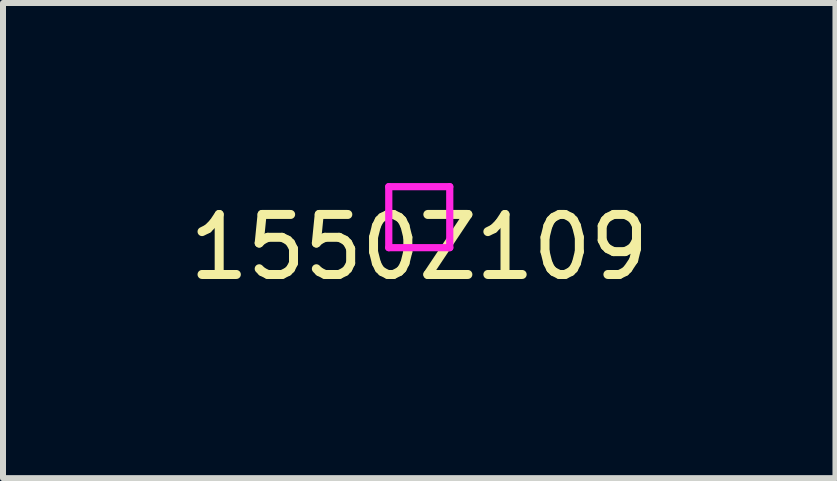
<source format=kicad_pcb>
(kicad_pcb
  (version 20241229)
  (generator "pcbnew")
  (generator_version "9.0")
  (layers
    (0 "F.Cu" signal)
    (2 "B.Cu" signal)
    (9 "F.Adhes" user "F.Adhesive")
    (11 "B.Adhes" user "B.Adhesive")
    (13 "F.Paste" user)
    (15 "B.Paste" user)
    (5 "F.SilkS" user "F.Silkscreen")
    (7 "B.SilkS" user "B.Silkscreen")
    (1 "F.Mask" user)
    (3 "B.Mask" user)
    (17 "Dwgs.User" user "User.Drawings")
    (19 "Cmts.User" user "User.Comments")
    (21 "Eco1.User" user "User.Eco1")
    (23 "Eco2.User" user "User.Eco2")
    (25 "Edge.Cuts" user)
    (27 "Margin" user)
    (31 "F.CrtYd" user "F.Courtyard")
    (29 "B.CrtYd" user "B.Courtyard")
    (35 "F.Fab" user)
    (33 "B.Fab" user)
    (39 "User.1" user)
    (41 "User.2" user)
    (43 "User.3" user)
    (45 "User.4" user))
  (footprint "1550Z109"
    (layer "F.Cu")
    (at 3.935 0.568)
    (property "Reference" "1550Z109" (at 0 0.5 0) (layer "F.SilkS") (effects (font (size 1 1) (thickness 0.15))))
    (attr through_hole)
    (fp_line (start -0.508 -0.508) (end 0.508 -0.508) (stroke (width 0.12) (type solid)) (layer "F.CrtYd"))
    (fp_line (start -0.508 0.508) (end -0.508 -0.508) (stroke (width 0.12) (type solid)) (layer "F.CrtYd"))
    (fp_line (start 0.508 -0.508) (end 0.508 0.508) (stroke (width 0.12) (type solid)) (layer "F.CrtYd"))
    (fp_line (start 0.508 0.508) (end -0.508 0.508) (stroke (width 0.12) (type solid)) (layer "F.CrtYd")))
  (gr_rect
    (start -3 -3)
    (end 10.869 4.916)
    (stroke (width 0.1) (type default))
    (fill no)
    (layer "Edge.Cuts")))
</source>
